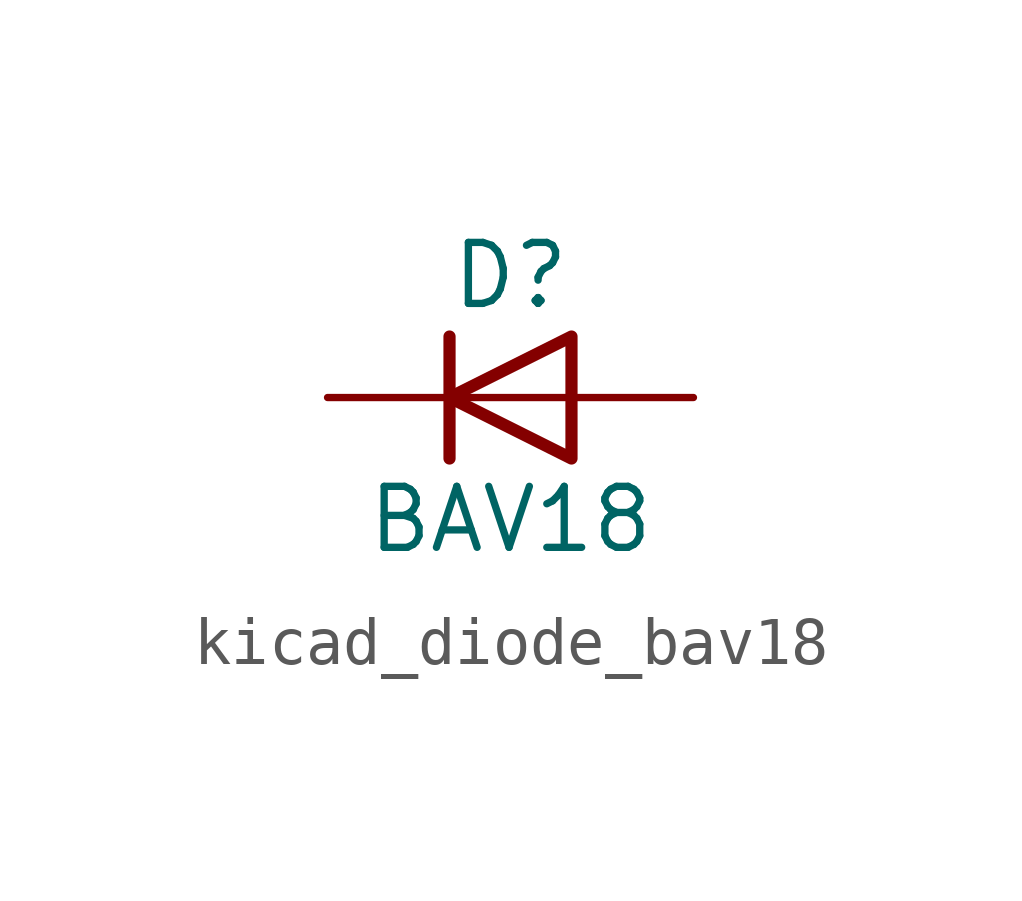
<source format=kicad_sym>
(kicad_symbol_lib
  (version 20220914)
  (generator kicad_symbol_editor)
  (symbol "kicad_diode_bav18"
    (pin_numbers hide)
    (pin_names hide)
    (property "Reference" "D"
      (at 0 2.54 0)
      (effects (font (size 1.27 1.27))))
    (property "Value" "BAV18"
      (at 0 -2.54 0)
      (effects (font (size 1.27 1.27))))
    (symbol "kicad_diode_bav18_0_1"
      (polyline (pts (xy -1.27 1.27) (xy -1.27 -1.27)) (stroke (width 0.254) (type default)) (fill (type none)))
      (polyline (pts (xy 1.27 0) (xy -1.27 0)) (stroke (width 0) (type default)) (fill (type none)))
      (polyline (pts (xy 1.27 1.27) (xy 1.27 -1.27) (xy -1.27 0) (xy 1.27 1.27)) (stroke (width 0.254) (type default)) (fill (type none))))
    (symbol "kicad_diode_bav18_1_1"
      (pin passive line (at -3.81 0 0) (length 2.54) (name "K" (effects (font (size 1.27 1.27)))) (number "1" (effects (font (size 1.27 1.27)))))
      (pin passive line (at 3.81 0 180) (length 2.54) (name "A" (effects (font (size 1.27 1.27)))) (number "2" (effects (font (size 1.27 1.27))))))))
</source>
